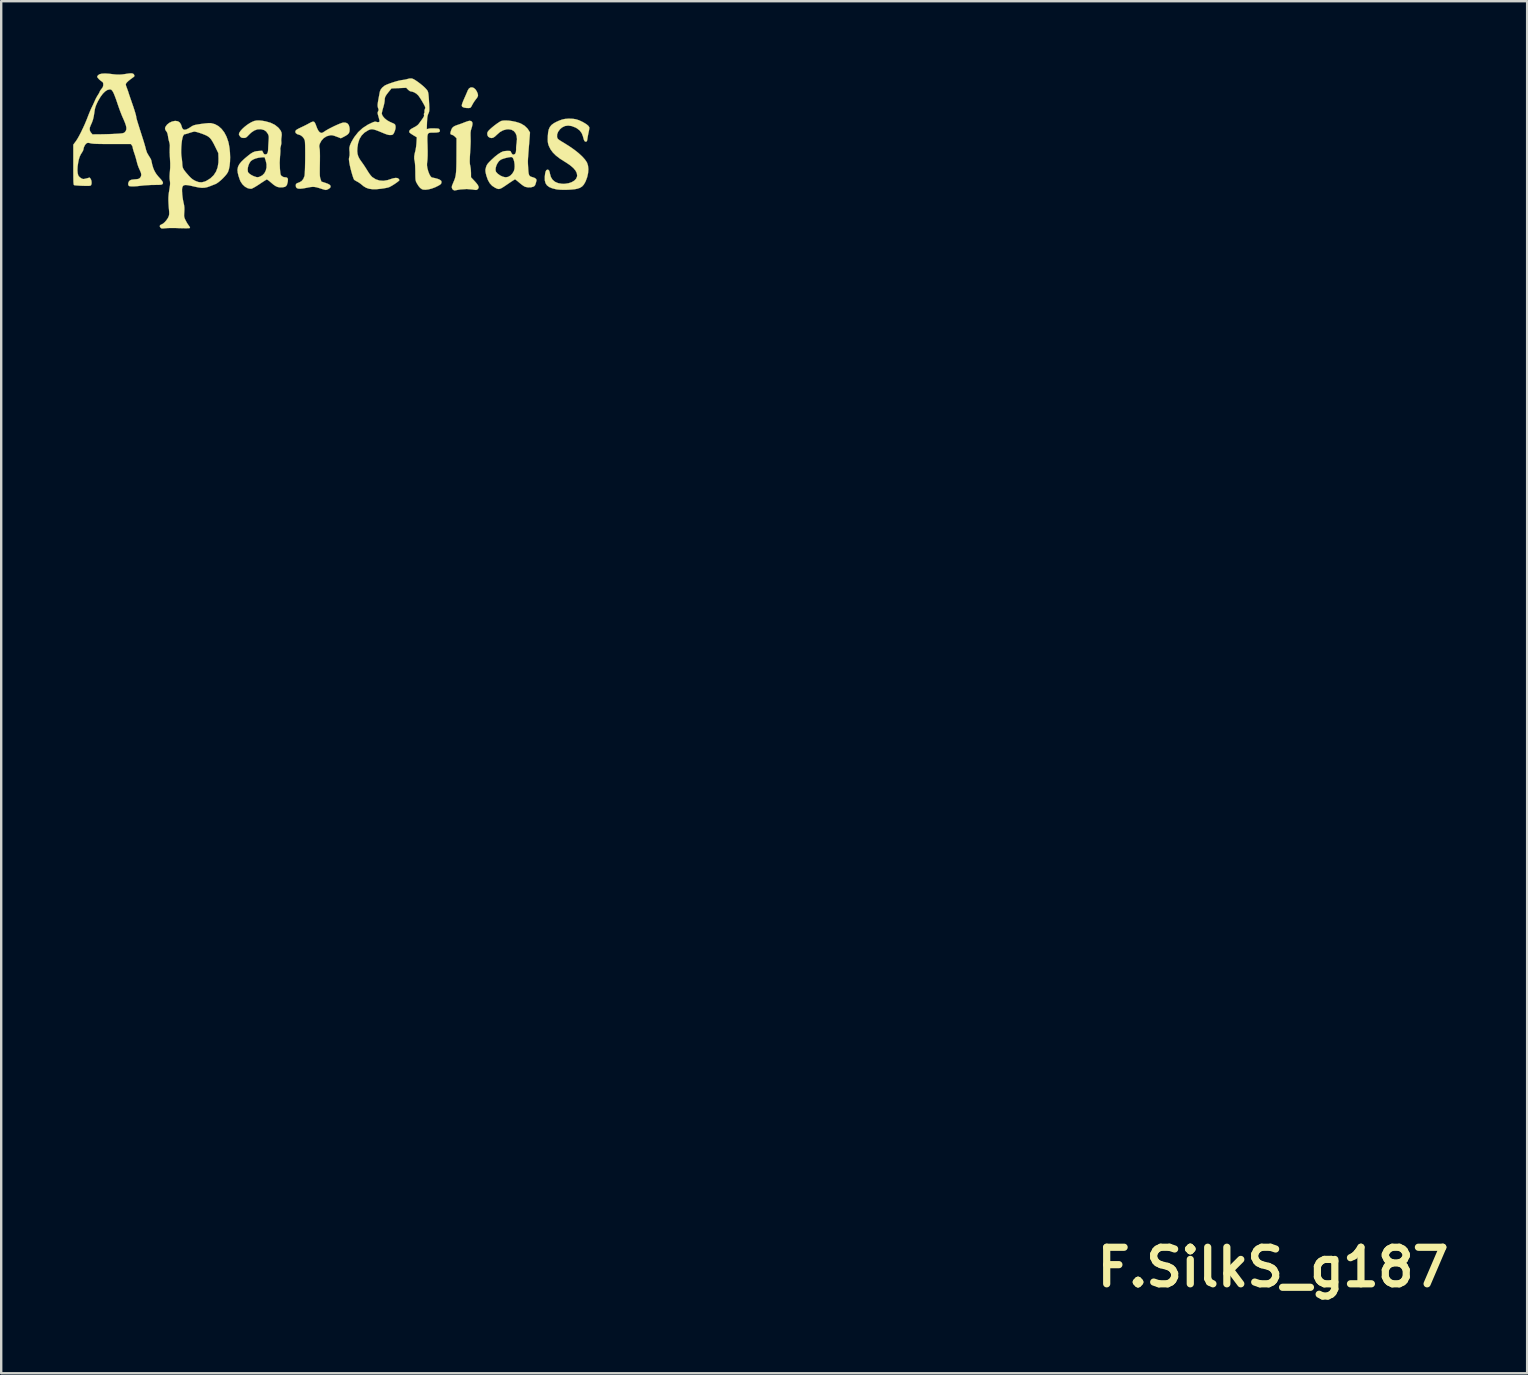
<source format=kicad_pcb>
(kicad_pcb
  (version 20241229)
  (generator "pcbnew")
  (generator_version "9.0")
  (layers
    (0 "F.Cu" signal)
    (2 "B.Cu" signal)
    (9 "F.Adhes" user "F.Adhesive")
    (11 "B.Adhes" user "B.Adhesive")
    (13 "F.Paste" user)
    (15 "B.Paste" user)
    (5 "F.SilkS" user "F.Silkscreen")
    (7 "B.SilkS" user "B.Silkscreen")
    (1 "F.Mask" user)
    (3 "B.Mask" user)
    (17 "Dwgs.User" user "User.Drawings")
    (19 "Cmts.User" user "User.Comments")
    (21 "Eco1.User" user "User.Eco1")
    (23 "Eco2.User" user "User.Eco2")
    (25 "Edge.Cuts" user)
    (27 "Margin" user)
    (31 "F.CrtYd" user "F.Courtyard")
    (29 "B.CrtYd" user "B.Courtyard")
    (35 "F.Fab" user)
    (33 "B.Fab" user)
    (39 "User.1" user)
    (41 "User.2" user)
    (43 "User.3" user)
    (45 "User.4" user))
  (footprint "F.SilkS_g187"
    (layer "F.Cu")
    (at 50.001 49.762)
    (property "Reference" "F.SilkS_g187" (at 0 0 0) (layer "F.SilkS") (effects (font (size 1.524 1.524) (thickness 0.3))))
    (attr through_hole)
    (fp_poly (pts (xy -33.302 -49.144) (xy -33.234 -49.084) (xy -33.177 -48.994) (xy -33.141 -48.905) (xy -33.13 -48.837) (xy -33.147 -48.776) (xy -33.192 -48.708) (xy -33.213 -48.683) (xy -33.271 -48.606) (xy -33.331 -48.513) (xy -33.368 -48.446) (xy -33.405 -48.377) (xy -33.432 -48.337) (xy -33.461 -48.317) (xy -33.5 -48.311) (xy -33.53 -48.309) (xy -33.61 -48.312) (xy -33.69 -48.324) (xy -33.703 -48.327) (xy -33.756 -48.345) (xy -33.791 -48.368) (xy -33.806 -48.402) (xy -33.801 -48.453) (xy -33.778 -48.528) (xy -33.736 -48.631) (xy -33.708 -48.695) (xy -33.661 -48.801) (xy -33.618 -48.9) (xy -33.582 -48.983) (xy -33.559 -49.039) (xy -33.557 -49.045) (xy -33.509 -49.122) (xy -33.446 -49.164) (xy -33.375 -49.171) (xy -33.302 -49.144)) (stroke (width 0.01) (type solid)) (fill yes) (layer "F.SilkS"))
    (fp_poly (pts (xy -33.412 -47.765) (xy -33.372 -47.723) (xy -33.36 -47.65) (xy -33.378 -47.546) (xy -33.403 -47.464) (xy -33.43 -47.373) (xy -33.442 -47.279) (xy -33.442 -47.17) (xy -33.44 -47.077) (xy -33.438 -46.999) (xy -33.437 -46.929) (xy -33.439 -46.856) (xy -33.442 -46.773) (xy -33.447 -46.671) (xy -33.454 -46.541) (xy -33.46 -46.44) (xy -33.469 -46.289) (xy -33.473 -46.173) (xy -33.475 -46.084) (xy -33.472 -46.014) (xy -33.466 -45.957) (xy -33.455 -45.905) (xy -33.454 -45.9) (xy -33.439 -45.814) (xy -33.428 -45.708) (xy -33.423 -45.604) (xy -33.423 -45.599) (xy -33.422 -45.424) (xy -33.288 -45.281) (xy -33.198 -45.181) (xy -33.139 -45.102) (xy -33.109 -45.04) (xy -33.105 -44.99) (xy -33.127 -44.947) (xy -33.148 -44.925) (xy -33.175 -44.905) (xy -33.205 -44.897) (xy -33.252 -44.898) (xy -33.326 -44.909) (xy -33.339 -44.912) (xy -33.597 -44.935) (xy -33.865 -44.917) (xy -33.941 -44.905) (xy -34.019 -44.891) (xy -34.078 -44.88) (xy -34.108 -44.875) (xy -34.11 -44.875) (xy -34.127 -44.883) (xy -34.157 -44.895) (xy -34.2 -44.933) (xy -34.222 -44.994) (xy -34.217 -45.064) (xy -34.21 -45.083) (xy -34.19 -45.131) (xy -34.161 -45.202) (xy -34.132 -45.27) (xy -34.106 -45.335) (xy -34.085 -45.4) (xy -34.068 -45.468) (xy -34.055 -45.545) (xy -34.045 -45.637) (xy -34.038 -45.748) (xy -34.033 -45.883) (xy -34.03 -46.048) (xy -34.029 -46.248) (xy -34.028 -46.348) (xy -34.025 -47.05) (xy -34.087 -47.114) (xy -34.141 -47.159) (xy -34.197 -47.189) (xy -34.208 -47.192) (xy -34.256 -47.207) (xy -34.279 -47.232) (xy -34.28 -47.276) (xy -34.262 -47.349) (xy -34.26 -47.356) (xy -34.226 -47.446) (xy -34.177 -47.511) (xy -34.105 -47.559) (xy -34.001 -47.6) (xy -33.991 -47.603) (xy -33.898 -47.634) (xy -33.791 -47.673) (xy -33.695 -47.711) (xy -33.613 -47.742) (xy -33.539 -47.766) (xy -33.487 -47.777) (xy -33.481 -47.778) (xy -33.412 -47.765)) (stroke (width 0.01) (type solid)) (fill yes) (layer "F.SilkS"))
    (fp_poly (pts (xy -29.171 -47.861) (xy -29.044 -47.84) (xy -28.921 -47.8) (xy -28.785 -47.737) (xy -28.744 -47.715) (xy -28.621 -47.641) (xy -28.538 -47.574) (xy -28.496 -47.514) (xy -28.49 -47.485) (xy -28.495 -47.44) (xy -28.507 -47.37) (xy -28.523 -47.295) (xy -28.543 -47.199) (xy -28.561 -47.098) (xy -28.571 -47.035) (xy -28.582 -46.965) (xy -28.596 -46.928) (xy -28.619 -46.912) (xy -28.632 -46.909) (xy -28.666 -46.913) (xy -28.694 -46.938) (xy -28.719 -46.991) (xy -28.744 -47.077) (xy -28.753 -47.116) (xy -28.805 -47.256) (xy -28.889 -47.372) (xy -29.009 -47.465) (xy -29.069 -47.498) (xy -29.228 -47.559) (xy -29.374 -47.579) (xy -29.508 -47.56) (xy -29.628 -47.501) (xy -29.714 -47.426) (xy -29.792 -47.32) (xy -29.834 -47.212) (xy -29.836 -47.11) (xy -29.836 -47.108) (xy -29.827 -47.07) (xy -29.811 -47.038) (xy -29.782 -47.007) (xy -29.734 -46.971) (xy -29.662 -46.924) (xy -29.559 -46.863) (xy -29.328 -46.718) (xy -29.121 -46.574) (xy -28.941 -46.432) (xy -28.791 -46.294) (xy -28.674 -46.165) (xy -28.594 -46.046) (xy -28.586 -46.031) (xy -28.546 -45.907) (xy -28.532 -45.76) (xy -28.544 -45.598) (xy -28.581 -45.429) (xy -28.643 -45.263) (xy -28.656 -45.234) (xy -28.722 -45.119) (xy -28.795 -45.039) (xy -28.886 -44.983) (xy -28.991 -44.948) (xy -29.098 -44.927) (xy -29.235 -44.913) (xy -29.388 -44.904) (xy -29.546 -44.901) (xy -29.695 -44.905) (xy -29.823 -44.916) (xy -29.877 -44.925) (xy -30.041 -44.966) (xy -30.167 -45.02) (xy -30.258 -45.09) (xy -30.316 -45.18) (xy -30.346 -45.292) (xy -30.348 -45.43) (xy -30.347 -45.451) (xy -30.333 -45.577) (xy -30.312 -45.665) (xy -30.284 -45.718) (xy -30.247 -45.74) (xy -30.235 -45.741) (xy -30.193 -45.731) (xy -30.163 -45.694) (xy -30.142 -45.626) (xy -30.133 -45.575) (xy -30.093 -45.434) (xy -30.022 -45.32) (xy -29.921 -45.235) (xy -29.79 -45.179) (xy -29.633 -45.153) (xy -29.501 -45.154) (xy -29.351 -45.177) (xy -29.222 -45.222) (xy -29.118 -45.284) (xy -29.043 -45.362) (xy -29.004 -45.452) (xy -28.998 -45.502) (xy -29.016 -45.605) (xy -29.071 -45.71) (xy -29.165 -45.818) (xy -29.297 -45.929) (xy -29.47 -46.046) (xy -29.525 -46.079) (xy -29.725 -46.207) (xy -29.887 -46.333) (xy -30.014 -46.46) (xy -30.11 -46.592) (xy -30.179 -46.733) (xy -30.194 -46.776) (xy -30.212 -46.842) (xy -30.222 -46.913) (xy -30.225 -47.003) (xy -30.222 -47.122) (xy -30.222 -47.126) (xy -30.209 -47.289) (xy -30.182 -47.418) (xy -30.135 -47.521) (xy -30.066 -47.605) (xy -29.97 -47.676) (xy -29.877 -47.727) (xy -29.738 -47.79) (xy -29.618 -47.832) (xy -29.504 -47.856) (xy -29.38 -47.866) (xy -29.316 -47.867) (xy -29.171 -47.861)) (stroke (width 0.01) (type solid)) (fill yes) (layer "F.SilkS"))
    (fp_poly (pts (xy -39.965 -47.738) (xy -39.93 -47.699) (xy -39.896 -47.627) (xy -39.877 -47.575) (xy -39.829 -47.451) (xy -39.783 -47.365) (xy -39.736 -47.309) (xy -39.684 -47.278) (xy -39.647 -47.272) (xy -39.606 -47.284) (xy -39.549 -47.319) (xy -39.527 -47.334) (xy -39.452 -47.382) (xy -39.354 -47.438) (xy -39.24 -47.497) (xy -39.121 -47.556) (xy -39.003 -47.61) (xy -38.896 -47.655) (xy -38.808 -47.688) (xy -38.748 -47.704) (xy -38.744 -47.705) (xy -38.641 -47.7) (xy -38.564 -47.662) (xy -38.512 -47.59) (xy -38.485 -47.483) (xy -38.481 -47.408) (xy -38.488 -47.328) (xy -38.512 -47.265) (xy -38.561 -47.21) (xy -38.64 -47.157) (xy -38.714 -47.117) (xy -38.847 -47.05) (xy -39.024 -47.118) (xy -39.12 -47.153) (xy -39.19 -47.172) (xy -39.249 -47.177) (xy -39.296 -47.173) (xy -39.437 -47.134) (xy -39.559 -47.058) (xy -39.657 -46.95) (xy -39.723 -46.825) (xy -39.744 -46.756) (xy -39.746 -46.694) (xy -39.734 -46.631) (xy -39.725 -46.565) (xy -39.72 -46.458) (xy -39.718 -46.308) (xy -39.719 -46.118) (xy -39.721 -45.992) (xy -39.724 -45.824) (xy -39.725 -45.692) (xy -39.725 -45.59) (xy -39.723 -45.514) (xy -39.718 -45.456) (xy -39.711 -45.41) (xy -39.701 -45.372) (xy -39.694 -45.35) (xy -39.656 -45.244) (xy -39.489 -45.19) (xy -39.379 -45.149) (xy -39.309 -45.108) (xy -39.276 -45.065) (xy -39.278 -45.017) (xy -39.285 -45) (xy -39.323 -44.961) (xy -39.382 -44.925) (xy -39.446 -44.9) (xy -39.48 -44.896) (xy -39.514 -44.903) (xy -39.573 -44.919) (xy -39.635 -44.938) (xy -39.762 -44.979) (xy -39.862 -45.007) (xy -39.944 -45.022) (xy -40.021 -45.025) (xy -40.103 -45.018) (xy -40.202 -45) (xy -40.267 -44.987) (xy -40.421 -44.959) (xy -40.539 -44.947) (xy -40.625 -44.952) (xy -40.682 -44.974) (xy -40.714 -45.014) (xy -40.725 -45.073) (xy -40.725 -45.076) (xy -40.721 -45.122) (xy -40.705 -45.153) (xy -40.667 -45.178) (xy -40.599 -45.204) (xy -40.577 -45.212) (xy -40.484 -45.264) (xy -40.413 -45.35) (xy -40.363 -45.471) (xy -40.362 -45.474) (xy -40.355 -45.52) (xy -40.349 -45.602) (xy -40.343 -45.713) (xy -40.339 -45.846) (xy -40.336 -45.995) (xy -40.333 -46.153) (xy -40.332 -46.314) (xy -40.332 -46.471) (xy -40.333 -46.617) (xy -40.335 -46.746) (xy -40.339 -46.851) (xy -40.344 -46.925) (xy -40.348 -46.957) (xy -40.383 -47.037) (xy -40.442 -47.111) (xy -40.512 -47.168) (xy -40.568 -47.191) (xy -40.665 -47.222) (xy -40.724 -47.266) (xy -40.742 -47.309) (xy -40.74 -47.345) (xy -40.724 -47.376) (xy -40.687 -47.408) (xy -40.624 -47.445) (xy -40.528 -47.492) (xy -40.492 -47.509) (xy -40.389 -47.558) (xy -40.279 -47.613) (xy -40.184 -47.664) (xy -40.167 -47.673) (xy -40.076 -47.722) (xy -40.011 -47.744) (xy -39.965 -47.738)) (stroke (width 0.01) (type solid)) (fill yes) (layer "F.SilkS"))
    (fp_poly (pts (xy -42.132 -47.781) (xy -41.98 -47.754) (xy -41.773 -47.695) (xy -41.599 -47.61) (xy -41.459 -47.499) (xy -41.433 -47.471) (xy -41.359 -47.376) (xy -41.319 -47.286) (xy -41.31 -47.189) (xy -41.32 -47.101) (xy -41.33 -47.02) (xy -41.332 -46.944) (xy -41.328 -46.911) (xy -41.327 -46.839) (xy -41.342 -46.75) (xy -41.349 -46.724) (xy -41.365 -46.657) (xy -41.372 -46.605) (xy -41.369 -46.586) (xy -41.366 -46.558) (xy -41.367 -46.496) (xy -41.372 -46.411) (xy -41.38 -46.31) (xy -41.381 -46.306) (xy -41.395 -46.029) (xy -41.386 -45.785) (xy -41.377 -45.675) (xy -41.369 -45.599) (xy -41.359 -45.548) (xy -41.346 -45.514) (xy -41.327 -45.49) (xy -41.309 -45.473) (xy -41.231 -45.431) (xy -41.169 -45.424) (xy -41.104 -45.415) (xy -41.066 -45.387) (xy -41.052 -45.333) (xy -41.058 -45.248) (xy -41.065 -45.213) (xy -41.09 -45.119) (xy -41.126 -45.059) (xy -41.182 -45.024) (xy -41.268 -45.007) (xy -41.307 -45.004) (xy -41.403 -45.005) (xy -41.488 -45.022) (xy -41.572 -45.061) (xy -41.665 -45.126) (xy -41.768 -45.214) (xy -41.833 -45.27) (xy -41.89 -45.311) (xy -41.928 -45.332) (xy -41.937 -45.333) (xy -41.963 -45.318) (xy -42.018 -45.284) (xy -42.094 -45.235) (xy -42.185 -45.175) (xy -42.239 -45.138) (xy -42.338 -45.074) (xy -42.43 -45.018) (xy -42.507 -44.976) (xy -42.561 -44.951) (xy -42.577 -44.946) (xy -42.636 -44.949) (xy -42.709 -44.964) (xy -42.734 -44.972) (xy -42.842 -45.032) (xy -42.941 -45.124) (xy -43.02 -45.238) (xy -43.052 -45.309) (xy -43.111 -45.481) (xy -43.145 -45.625) (xy -43.151 -45.721) (xy -42.73 -45.721) (xy -42.717 -45.646) (xy -42.707 -45.626) (xy -42.652 -45.569) (xy -42.568 -45.513) (xy -42.47 -45.466) (xy -42.371 -45.434) (xy -42.321 -45.426) (xy -42.286 -45.431) (xy -42.233 -45.445) (xy -42.225 -45.448) (xy -42.118 -45.505) (xy -42.033 -45.592) (xy -41.975 -45.703) (xy -41.944 -45.832) (xy -41.944 -45.973) (xy -41.977 -46.118) (xy -41.978 -46.122) (xy -42.026 -46.26) (xy -42.143 -46.255) (xy -42.278 -46.239) (xy -42.405 -46.206) (xy -42.514 -46.159) (xy -42.594 -46.103) (xy -42.605 -46.091) (xy -42.658 -46.012) (xy -42.699 -45.916) (xy -42.724 -45.815) (xy -42.73 -45.721) (xy -43.151 -45.721) (xy -43.153 -45.749) (xy -43.132 -45.859) (xy -43.081 -45.963) (xy -42.997 -46.069) (xy -42.878 -46.184) (xy -42.804 -46.248) (xy -42.689 -46.342) (xy -42.597 -46.412) (xy -42.518 -46.46) (xy -42.446 -46.491) (xy -42.372 -46.509) (xy -42.288 -46.519) (xy -42.276 -46.52) (xy -42.124 -46.53) (xy -42.087 -46.453) (xy -42.055 -46.4) (xy -42.019 -46.379) (xy -41.991 -46.376) (xy -41.939 -46.39) (xy -41.903 -46.434) (xy -41.882 -46.512) (xy -41.876 -46.598) (xy -41.873 -46.678) (xy -41.867 -46.782) (xy -41.86 -46.892) (xy -41.857 -46.937) (xy -41.851 -47.036) (xy -41.85 -47.104) (xy -41.856 -47.153) (xy -41.87 -47.195) (xy -41.893 -47.241) (xy -41.894 -47.244) (xy -41.959 -47.333) (xy -42.044 -47.392) (xy -42.157 -47.423) (xy -42.192 -47.428) (xy -42.325 -47.421) (xy -42.455 -47.373) (xy -42.585 -47.284) (xy -42.678 -47.195) (xy -42.739 -47.131) (xy -42.783 -47.092) (xy -42.82 -47.072) (xy -42.86 -47.065) (xy -42.896 -47.064) (xy -42.965 -47.069) (xy -43.011 -47.091) (xy -43.044 -47.123) (xy -43.078 -47.173) (xy -43.095 -47.216) (xy -43.095 -47.221) (xy -43.078 -47.28) (xy -43.029 -47.354) (xy -42.956 -47.436) (xy -42.863 -47.522) (xy -42.758 -47.605) (xy -42.646 -47.679) (xy -42.555 -47.729) (xy -42.462 -47.768) (xy -42.366 -47.789) (xy -42.259 -47.793) (xy -42.132 -47.781)) (stroke (width 0.01) (type solid)) (fill yes) (layer "F.SilkS"))
    (fp_poly (pts (xy -31.866 -47.786) (xy -31.708 -47.765) (xy -31.547 -47.731) (xy -31.402 -47.686) (xy -31.339 -47.66) (xy -31.193 -47.574) (xy -31.075 -47.462) (xy -31.018 -47.38) (xy -30.964 -47.289) (xy -30.988 -46.986) (xy -30.998 -46.85) (xy -31.01 -46.704) (xy -31.021 -46.565) (xy -31.03 -46.451) (xy -31.03 -46.45) (xy -31.04 -46.319) (xy -31.047 -46.218) (xy -31.051 -46.137) (xy -31.052 -46.064) (xy -31.05 -45.986) (xy -31.045 -45.893) (xy -31.04 -45.797) (xy -31.031 -45.672) (xy -31.02 -45.582) (xy -31.002 -45.52) (xy -30.975 -45.479) (xy -30.934 -45.452) (xy -30.876 -45.433) (xy -30.85 -45.426) (xy -30.767 -45.395) (xy -30.712 -45.355) (xy -30.692 -45.31) (xy -30.697 -45.276) (xy -30.712 -45.217) (xy -30.725 -45.172) (xy -30.749 -45.102) (xy -30.778 -45.061) (xy -30.82 -45.035) (xy -30.83 -45.03) (xy -30.93 -45.005) (xy -31.044 -45.003) (xy -31.15 -45.023) (xy -31.195 -45.041) (xy -31.247 -45.073) (xy -31.318 -45.125) (xy -31.395 -45.187) (xy -31.422 -45.21) (xy -31.488 -45.266) (xy -31.544 -45.31) (xy -31.579 -45.335) (xy -31.587 -45.339) (xy -31.61 -45.328) (xy -31.661 -45.296) (xy -31.733 -45.249) (xy -31.82 -45.191) (xy -31.859 -45.164) (xy -31.984 -45.079) (xy -32.08 -45.015) (xy -32.154 -44.971) (xy -32.212 -44.946) (xy -32.261 -44.936) (xy -32.305 -44.941) (xy -32.353 -44.958) (xy -32.41 -44.985) (xy -32.423 -44.992) (xy -32.542 -45.069) (xy -32.64 -45.175) (xy -32.718 -45.312) (xy -32.779 -45.483) (xy -32.81 -45.608) (xy -32.821 -45.687) (xy -32.819 -45.729) (xy -32.401 -45.729) (xy -32.383 -45.656) (xy -32.378 -45.648) (xy -32.306 -45.569) (xy -32.209 -45.5) (xy -32.099 -45.449) (xy -31.994 -45.425) (xy -31.977 -45.425) (xy -31.915 -45.432) (xy -31.849 -45.452) (xy -31.849 -45.453) (xy -31.77 -45.504) (xy -31.696 -45.584) (xy -31.639 -45.68) (xy -31.633 -45.693) (xy -31.611 -45.773) (xy -31.603 -45.869) (xy -31.607 -45.971) (xy -31.621 -46.071) (xy -31.645 -46.159) (xy -31.676 -46.226) (xy -31.713 -46.263) (xy -31.725 -46.267) (xy -31.786 -46.266) (xy -31.872 -46.252) (xy -31.971 -46.23) (xy -32.068 -46.202) (xy -32.149 -46.172) (xy -32.186 -46.154) (xy -32.257 -46.095) (xy -32.317 -46.013) (xy -32.364 -45.918) (xy -32.393 -45.819) (xy -32.401 -45.729) (xy -32.819 -45.729) (xy -32.818 -45.756) (xy -32.798 -45.84) (xy -32.797 -45.841) (xy -32.779 -45.898) (xy -32.754 -45.947) (xy -32.718 -45.998) (xy -32.663 -46.059) (xy -32.583 -46.138) (xy -32.579 -46.143) (xy -32.43 -46.28) (xy -32.293 -46.387) (xy -32.172 -46.464) (xy -32.091 -46.5) (xy -32.038 -46.512) (xy -31.969 -46.52) (xy -31.896 -46.524) (xy -31.831 -46.523) (xy -31.785 -46.517) (xy -31.771 -46.508) (xy -31.761 -46.481) (xy -31.736 -46.435) (xy -31.731 -46.426) (xy -31.696 -46.381) (xy -31.659 -46.368) (xy -31.637 -46.37) (xy -31.584 -46.401) (xy -31.552 -46.467) (xy -31.542 -46.568) (xy -31.542 -46.598) (xy -31.541 -46.675) (xy -31.532 -46.772) (xy -31.52 -46.857) (xy -31.506 -47.018) (xy -31.522 -47.155) (xy -31.568 -47.268) (xy -31.64 -47.352) (xy -31.737 -47.406) (xy -31.856 -47.426) (xy -31.941 -47.421) (xy -32.085 -47.382) (xy -32.219 -47.307) (xy -32.343 -47.198) (xy -32.428 -47.119) (xy -32.5 -47.073) (xy -32.567 -47.059) (xy -32.634 -47.073) (xy -32.64 -47.075) (xy -32.705 -47.116) (xy -32.738 -47.178) (xy -32.745 -47.247) (xy -32.739 -47.289) (xy -32.718 -47.33) (xy -32.676 -47.381) (xy -32.622 -47.434) (xy -32.545 -47.502) (xy -32.45 -47.579) (xy -32.354 -47.651) (xy -32.331 -47.667) (xy -32.251 -47.721) (xy -32.193 -47.756) (xy -32.142 -47.776) (xy -32.088 -47.785) (xy -32.015 -47.79) (xy -32.004 -47.791) (xy -31.866 -47.786)) (stroke (width 0.01) (type solid)) (fill yes) (layer "F.SilkS"))
    (fp_poly (pts (xy -45.633 -47.756) (xy -45.556 -47.703) (xy -45.504 -47.615) (xy -45.488 -47.563) (xy -45.458 -47.475) (xy -45.417 -47.422) (xy -45.361 -47.403) (xy -45.287 -47.416) (xy -45.191 -47.463) (xy -45.108 -47.516) (xy -45.057 -47.55) (xy -45.012 -47.574) (xy -44.964 -47.593) (xy -44.903 -47.609) (xy -44.82 -47.624) (xy -44.707 -47.642) (xy -44.671 -47.647) (xy -44.507 -47.668) (xy -44.375 -47.68) (xy -44.279 -47.681) (xy -44.252 -47.679) (xy -44.095 -47.637) (xy -43.949 -47.557) (xy -43.819 -47.442) (xy -43.705 -47.295) (xy -43.612 -47.119) (xy -43.541 -46.916) (xy -43.519 -46.828) (xy -43.487 -46.644) (xy -43.468 -46.452) (xy -43.461 -46.258) (xy -43.466 -46.072) (xy -43.483 -45.902) (xy -43.512 -45.756) (xy -43.551 -45.643) (xy -43.6 -45.565) (xy -43.674 -45.475) (xy -43.763 -45.38) (xy -43.86 -45.29) (xy -43.955 -45.213) (xy -44.039 -45.157) (xy -44.081 -45.138) (xy -44.162 -45.107) (xy -44.255 -45.07) (xy -44.309 -45.049) (xy -44.421 -45.01) (xy -44.528 -44.989) (xy -44.642 -44.985) (xy -44.772 -45) (xy -44.929 -45.032) (xy -44.965 -45.04) (xy -45.115 -45.075) (xy -45.23 -45.096) (xy -45.315 -45.102) (xy -45.376 -45.094) (xy -45.417 -45.071) (xy -45.443 -45.031) (xy -45.458 -44.986) (xy -45.465 -44.923) (xy -45.464 -44.829) (xy -45.457 -44.716) (xy -45.443 -44.594) (xy -45.425 -44.475) (xy -45.403 -44.368) (xy -45.402 -44.365) (xy -45.38 -44.264) (xy -45.369 -44.176) (xy -45.367 -44.084) (xy -45.372 -43.98) (xy -45.378 -43.884) (xy -45.379 -43.816) (xy -45.372 -43.764) (xy -45.356 -43.714) (xy -45.329 -43.653) (xy -45.323 -43.642) (xy -45.279 -43.558) (xy -45.23 -43.476) (xy -45.193 -43.425) (xy -45.156 -43.373) (xy -45.135 -43.332) (xy -45.134 -43.319) (xy -45.142 -43.311) (xy -45.163 -43.305) (xy -45.202 -43.302) (xy -45.263 -43.3) (xy -45.35 -43.3) (xy -45.468 -43.302) (xy -45.621 -43.306) (xy -45.741 -43.31) (xy -45.862 -43.311) (xy -45.985 -43.31) (xy -46.096 -43.306) (xy -46.165 -43.3) (xy -46.248 -43.292) (xy -46.3 -43.292) (xy -46.333 -43.3) (xy -46.357 -43.319) (xy -46.363 -43.325) (xy -46.393 -43.379) (xy -46.382 -43.424) (xy -46.332 -43.456) (xy -46.321 -43.459) (xy -46.26 -43.49) (xy -46.19 -43.55) (xy -46.121 -43.627) (xy -46.061 -43.713) (xy -46.033 -43.767) (xy -46.009 -43.831) (xy -45.999 -43.893) (xy -46 -43.97) (xy -46.003 -44.014) (xy -46.019 -44.196) (xy -46.028 -44.344) (xy -46.033 -44.468) (xy -46.032 -44.576) (xy -46.025 -44.678) (xy -46.013 -44.782) (xy -45.996 -44.887) (xy -45.977 -45.01) (xy -45.965 -45.103) (xy -45.962 -45.174) (xy -45.965 -45.234) (xy -45.972 -45.287) (xy -45.982 -45.372) (xy -45.983 -45.476) (xy -45.975 -45.608) (xy -45.97 -45.659) (xy -45.958 -45.831) (xy -45.957 -46.006) (xy -45.967 -46.202) (xy -45.967 -46.211) (xy -45.974 -46.334) (xy -45.978 -46.448) (xy -45.501 -46.448) (xy -45.494 -46.335) (xy -45.487 -46.28) (xy -45.472 -46.178) (xy -45.461 -46.068) (xy -45.456 -45.995) (xy -45.45 -45.909) (xy -45.438 -45.841) (xy -45.413 -45.78) (xy -45.372 -45.715) (xy -45.31 -45.635) (xy -45.268 -45.586) (xy -45.179 -45.483) (xy -45.106 -45.408) (xy -45.041 -45.352) (xy -44.975 -45.308) (xy -44.899 -45.269) (xy -44.892 -45.265) (xy -44.764 -45.221) (xy -44.644 -45.214) (xy -44.519 -45.245) (xy -44.447 -45.277) (xy -44.279 -45.382) (xy -44.145 -45.511) (xy -44.046 -45.663) (xy -43.98 -45.84) (xy -43.948 -46.043) (xy -43.945 -46.206) (xy -43.953 -46.432) (xy -44.076 -46.685) (xy -44.143 -46.819) (xy -44.2 -46.921) (xy -44.249 -46.998) (xy -44.298 -47.056) (xy -44.35 -47.103) (xy -44.405 -47.141) (xy -44.465 -47.172) (xy -44.55 -47.208) (xy -44.649 -47.246) (xy -44.751 -47.28) (xy -44.845 -47.308) (xy -44.918 -47.325) (xy -44.951 -47.329) (xy -44.989 -47.322) (xy -45.055 -47.305) (xy -45.138 -47.279) (xy -45.175 -47.267) (xy -45.256 -47.241) (xy -45.321 -47.223) (xy -45.361 -47.215) (xy -45.368 -47.216) (xy -45.383 -47.206) (xy -45.408 -47.167) (xy -45.422 -47.141) (xy -45.445 -47.074) (xy -45.466 -46.974) (xy -45.482 -46.851) (xy -45.494 -46.716) (xy -45.5 -46.579) (xy -45.501 -46.448) (xy -45.978 -46.448) (xy -45.979 -46.455) (xy -45.979 -46.562) (xy -45.977 -46.641) (xy -45.976 -46.651) (xy -45.972 -46.763) (xy -45.988 -46.859) (xy -45.999 -46.895) (xy -46.021 -46.978) (xy -46.041 -47.075) (xy -46.049 -47.134) (xy -46.063 -47.212) (xy -46.083 -47.279) (xy -46.101 -47.314) (xy -46.15 -47.383) (xy -46.172 -47.437) (xy -46.17 -47.485) (xy -46.153 -47.529) (xy -46.089 -47.618) (xy -45.996 -47.693) (xy -45.884 -47.746) (xy -45.765 -47.772) (xy -45.733 -47.773) (xy -45.633 -47.756)) (stroke (width 0.01) (type solid)) (fill yes) (layer "F.SilkS"))
    (fp_poly (pts (xy -47.525 -49.749) (xy -47.486 -49.728) (xy -47.461 -49.692) (xy -47.46 -49.69) (xy -47.448 -49.649) (xy -47.463 -49.62) (xy -47.489 -49.599) (xy -47.604 -49.515) (xy -47.697 -49.441) (xy -47.761 -49.38) (xy -47.786 -49.349) (xy -47.804 -49.319) (xy -47.809 -49.289) (xy -47.801 -49.249) (xy -47.779 -49.185) (xy -47.767 -49.153) (xy -47.736 -49.07) (xy -47.708 -48.991) (xy -47.691 -48.937) (xy -47.677 -48.891) (xy -47.651 -48.815) (xy -47.618 -48.717) (xy -47.579 -48.606) (xy -47.562 -48.556) (xy -47.503 -48.386) (xy -47.453 -48.235) (xy -47.414 -48.107) (xy -47.386 -48.007) (xy -47.373 -47.94) (xy -47.371 -47.921) (xy -47.368 -47.899) (xy -47.357 -47.858) (xy -47.339 -47.793) (xy -47.312 -47.703) (xy -47.275 -47.585) (xy -47.228 -47.434) (xy -47.169 -47.25) (xy -47.098 -47.028) (xy -47.096 -47.022) (xy -47.058 -46.901) (xy -47.023 -46.784) (xy -46.994 -46.681) (xy -46.974 -46.602) (xy -46.969 -46.58) (xy -46.925 -46.449) (xy -46.85 -46.319) (xy -46.804 -46.248) (xy -46.768 -46.184) (xy -46.749 -46.141) (xy -46.748 -46.137) (xy -46.709 -45.957) (xy -46.666 -45.81) (xy -46.613 -45.687) (xy -46.548 -45.576) (xy -46.465 -45.469) (xy -46.416 -45.415) (xy -46.336 -45.326) (xy -46.286 -45.259) (xy -46.262 -45.209) (xy -46.261 -45.171) (xy -46.282 -45.14) (xy -46.303 -45.126) (xy -46.338 -45.116) (xy -46.395 -45.11) (xy -46.479 -45.107) (xy -46.598 -45.106) (xy -46.606 -45.106) (xy -46.744 -45.104) (xy -46.896 -45.096) (xy -47.042 -45.086) (xy -47.15 -45.075) (xy -47.326 -45.055) (xy -47.471 -45.045) (xy -47.581 -45.045) (xy -47.654 -45.054) (xy -47.684 -45.068) (xy -47.708 -45.119) (xy -47.706 -45.184) (xy -47.679 -45.248) (xy -47.657 -45.276) (xy -47.621 -45.302) (xy -47.574 -45.32) (xy -47.506 -45.331) (xy -47.432 -45.338) (xy -47.344 -45.346) (xy -47.287 -45.356) (xy -47.249 -45.373) (xy -47.219 -45.399) (xy -47.21 -45.409) (xy -47.174 -45.467) (xy -47.163 -45.531) (xy -47.177 -45.61) (xy -47.219 -45.711) (xy -47.235 -45.744) (xy -47.278 -45.843) (xy -47.319 -45.959) (xy -47.348 -46.066) (xy -47.375 -46.171) (xy -47.409 -46.292) (xy -47.446 -46.407) (xy -47.453 -46.425) (xy -47.482 -46.513) (xy -47.505 -46.591) (xy -47.518 -46.646) (xy -47.519 -46.661) (xy -47.532 -46.713) (xy -47.56 -46.76) (xy -47.6 -46.81) (xy -48.38 -46.81) (xy -48.598 -46.81) (xy -48.777 -46.812) (xy -48.922 -46.814) (xy -49.038 -46.817) (xy -49.127 -46.821) (xy -49.194 -46.827) (xy -49.244 -46.834) (xy -49.27 -46.84) (xy -49.345 -46.857) (xy -49.397 -46.858) (xy -49.435 -46.846) (xy -49.479 -46.809) (xy -49.522 -46.745) (xy -49.556 -46.672) (xy -49.572 -46.604) (xy -49.572 -46.596) (xy -49.584 -46.551) (xy -49.613 -46.493) (xy -49.625 -46.473) (xy -49.687 -46.375) (xy -49.731 -46.281) (xy -49.764 -46.177) (xy -49.792 -46.047) (xy -49.794 -46.033) (xy -49.817 -45.869) (xy -49.824 -45.722) (xy -49.815 -45.6) (xy -49.791 -45.507) (xy -49.771 -45.472) (xy -49.722 -45.422) (xy -49.66 -45.379) (xy -49.656 -45.377) (xy -49.613 -45.358) (xy -49.576 -45.351) (xy -49.529 -45.357) (xy -49.459 -45.374) (xy -49.449 -45.376) (xy -49.315 -45.412) (xy -49.275 -45.36) (xy -49.248 -45.303) (xy -49.235 -45.23) (xy -49.236 -45.158) (xy -49.253 -45.101) (xy -49.266 -45.085) (xy -49.291 -45.074) (xy -49.339 -45.067) (xy -49.415 -45.065) (xy -49.524 -45.067) (xy -49.61 -45.069) (xy -49.723 -45.074) (xy -49.823 -45.081) (xy -49.902 -45.087) (xy -49.95 -45.094) (xy -49.959 -45.096) (xy -49.968 -45.102) (xy -49.976 -45.115) (xy -49.982 -45.138) (xy -49.986 -45.176) (xy -49.99 -45.233) (xy -49.992 -45.312) (xy -49.994 -45.417) (xy -49.995 -45.552) (xy -49.996 -45.722) (xy -49.996 -45.93) (xy -49.996 -46.784) (xy -49.889 -46.927) (xy -49.827 -47.021) (xy -49.756 -47.146) (xy -49.677 -47.297) (xy -49.628 -47.398) (xy -49.315 -47.398) (xy -49.283 -47.316) (xy -49.257 -47.282) (xy -49.196 -47.212) (xy -48.85 -47.215) (xy -48.701 -47.218) (xy -48.536 -47.222) (xy -48.373 -47.228) (xy -48.231 -47.235) (xy -48.203 -47.237) (xy -48.083 -47.244) (xy -47.998 -47.252) (xy -47.939 -47.26) (xy -47.899 -47.272) (xy -47.871 -47.287) (xy -47.851 -47.304) (xy -47.809 -47.355) (xy -47.787 -47.415) (xy -47.784 -47.488) (xy -47.802 -47.58) (xy -47.842 -47.696) (xy -47.903 -47.842) (xy -47.925 -47.89) (xy -47.968 -47.989) (xy -48.019 -48.117) (xy -48.073 -48.261) (xy -48.125 -48.408) (xy -48.158 -48.506) (xy -48.201 -48.634) (xy -48.245 -48.755) (xy -48.286 -48.86) (xy -48.321 -48.942) (xy -48.345 -48.987) (xy -48.385 -49.046) (xy -48.419 -49.075) (xy -48.459 -49.085) (xy -48.479 -49.086) (xy -48.571 -49.065) (xy -48.667 -49.005) (xy -48.766 -48.907) (xy -48.865 -48.774) (xy -48.962 -48.609) (xy -48.996 -48.541) (xy -49.044 -48.435) (xy -49.077 -48.345) (xy -49.1 -48.251) (xy -49.118 -48.135) (xy -49.119 -48.125) (xy -49.145 -47.961) (xy -49.177 -47.826) (xy -49.22 -47.704) (xy -49.268 -47.599) (xy -49.31 -47.49) (xy -49.315 -47.398) (xy -49.628 -47.398) (xy -49.597 -47.463) (xy -49.517 -47.639) (xy -49.443 -47.815) (xy -49.393 -47.943) (xy -49.349 -48.057) (xy -49.302 -48.171) (xy -49.258 -48.272) (xy -49.224 -48.345) (xy -49.178 -48.438) (xy -49.132 -48.539) (xy -49.101 -48.609) (xy -49.059 -48.701) (xy -49.005 -48.799) (xy -48.972 -48.852) (xy -48.932 -48.915) (xy -48.905 -48.967) (xy -48.895 -48.993) (xy -48.882 -49.022) (xy -48.85 -49.07) (xy -48.821 -49.107) (xy -48.774 -49.171) (xy -48.752 -49.229) (xy -48.747 -49.287) (xy -48.751 -49.348) (xy -48.77 -49.387) (xy -48.815 -49.42) (xy -48.82 -49.424) (xy -48.874 -49.464) (xy -48.929 -49.514) (xy -48.974 -49.565) (xy -48.999 -49.604) (xy -49.001 -49.614) (xy -48.989 -49.642) (xy -48.964 -49.676) (xy -48.904 -49.718) (xy -48.807 -49.742) (xy -48.675 -49.749) (xy -48.51 -49.739) (xy -48.442 -49.731) (xy -48.294 -49.713) (xy -48.174 -49.703) (xy -48.068 -49.702) (xy -47.963 -49.709) (xy -47.845 -49.725) (xy -47.791 -49.734) (xy -47.671 -49.751) (xy -47.584 -49.757) (xy -47.525 -49.749)) (stroke (width 0.01) (type solid)) (fill yes) (layer "F.SilkS"))
    (fp_poly (pts (xy -35.89 -49.542) (xy -35.828 -49.519) (xy -35.744 -49.472) (xy -35.647 -49.406) (xy -35.544 -49.329) (xy -35.443 -49.247) (xy -35.353 -49.166) (xy -35.282 -49.092) (xy -35.236 -49.031) (xy -35.233 -49.026) (xy -35.218 -48.989) (xy -35.205 -48.94) (xy -35.195 -48.872) (xy -35.186 -48.78) (xy -35.177 -48.656) (xy -35.172 -48.566) (xy -35.165 -48.43) (xy -35.161 -48.329) (xy -35.16 -48.255) (xy -35.163 -48.201) (xy -35.169 -48.16) (xy -35.18 -48.124) (xy -35.196 -48.086) (xy -35.199 -48.079) (xy -35.221 -48.025) (xy -35.236 -47.965) (xy -35.246 -47.89) (xy -35.253 -47.789) (xy -35.257 -47.702) (xy -35.266 -47.429) (xy -35.207 -47.444) (xy -35.162 -47.454) (xy -35.116 -47.46) (xy -35.059 -47.462) (xy -34.979 -47.461) (xy -34.909 -47.46) (xy -34.828 -47.456) (xy -34.78 -47.45) (xy -34.752 -47.436) (xy -34.735 -47.411) (xy -34.73 -47.4) (xy -34.718 -47.355) (xy -34.733 -47.323) (xy -34.778 -47.302) (xy -34.858 -47.29) (xy -34.975 -47.286) (xy -34.981 -47.286) (xy -35.064 -47.286) (xy -35.127 -47.282) (xy -35.174 -47.27) (xy -35.207 -47.245) (xy -35.228 -47.201) (xy -35.239 -47.135) (xy -35.242 -47.041) (xy -35.24 -46.915) (xy -35.234 -46.752) (xy -35.234 -46.739) (xy -35.229 -46.512) (xy -35.23 -46.324) (xy -35.237 -46.175) (xy -35.243 -46.111) (xy -35.255 -46.006) (xy -35.257 -45.927) (xy -35.249 -45.854) (xy -35.234 -45.778) (xy -35.2 -45.658) (xy -35.159 -45.555) (xy -35.115 -45.475) (xy -35.071 -45.426) (xy -35.047 -45.415) (xy -34.926 -45.389) (xy -34.838 -45.366) (xy -34.775 -45.345) (xy -34.727 -45.323) (xy -34.716 -45.316) (xy -34.669 -45.281) (xy -34.653 -45.243) (xy -34.654 -45.208) (xy -34.663 -45.169) (xy -34.687 -45.136) (xy -34.734 -45.102) (xy -34.787 -45.071) (xy -34.924 -45.004) (xy -35.064 -44.953) (xy -35.198 -44.919) (xy -35.32 -44.905) (xy -35.419 -44.911) (xy -35.469 -44.928) (xy -35.544 -44.983) (xy -35.617 -45.071) (xy -35.689 -45.191) (xy -35.708 -45.229) (xy -35.721 -45.266) (xy -35.731 -45.31) (xy -35.737 -45.369) (xy -35.74 -45.451) (xy -35.742 -45.562) (xy -35.742 -45.646) (xy -35.745 -45.772) (xy -35.749 -45.889) (xy -35.756 -45.989) (xy -35.763 -46.062) (xy -35.769 -46.09) (xy -35.789 -46.194) (xy -35.788 -46.3) (xy -35.767 -46.423) (xy -35.75 -46.488) (xy -35.729 -46.578) (xy -35.711 -46.692) (xy -35.698 -46.811) (xy -35.694 -46.866) (xy -35.681 -47.09) (xy -35.83 -47.179) (xy -35.901 -47.224) (xy -35.957 -47.264) (xy -35.989 -47.293) (xy -35.992 -47.298) (xy -35.996 -47.348) (xy -35.967 -47.397) (xy -35.902 -47.447) (xy -35.812 -47.496) (xy -35.707 -47.554) (xy -35.633 -47.612) (xy -35.592 -47.659) (xy -35.513 -47.768) (xy -35.455 -47.848) (xy -35.417 -47.905) (xy -35.393 -47.945) (xy -35.381 -47.973) (xy -35.378 -47.994) (xy -35.381 -48.016) (xy -35.383 -48.025) (xy -35.384 -48.074) (xy -35.372 -48.1) (xy -35.358 -48.129) (xy -35.361 -48.164) (xy -35.36 -48.219) (xy -35.343 -48.272) (xy -35.331 -48.299) (xy -35.328 -48.326) (xy -35.336 -48.36) (xy -35.359 -48.41) (xy -35.399 -48.485) (xy -35.431 -48.541) (xy -35.486 -48.636) (xy -35.543 -48.726) (xy -35.594 -48.8) (xy -35.622 -48.837) (xy -35.701 -48.91) (xy -35.794 -48.966) (xy -35.885 -48.997) (xy -35.921 -49) (xy -35.977 -49.019) (xy -36.042 -49.071) (xy -36.048 -49.077) (xy -36.121 -49.154) (xy -36.428 -49.14) (xy -36.735 -49.127) (xy -36.788 -49.064) (xy -36.875 -48.958) (xy -36.938 -48.876) (xy -36.98 -48.81) (xy -37.005 -48.753) (xy -37.017 -48.696) (xy -37.02 -48.634) (xy -37.02 -48.633) (xy -37.027 -48.567) (xy -37.044 -48.476) (xy -37.069 -48.375) (xy -37.086 -48.318) (xy -37.112 -48.225) (xy -37.131 -48.143) (xy -37.14 -48.083) (xy -37.139 -48.06) (xy -37.099 -47.972) (xy -37.025 -47.884) (xy -36.926 -47.803) (xy -36.825 -47.744) (xy -36.747 -47.708) (xy -36.681 -47.679) (xy -36.639 -47.661) (xy -36.634 -47.659) (xy -36.59 -47.625) (xy -36.568 -47.561) (xy -36.567 -47.477) (xy -36.589 -47.379) (xy -36.627 -47.285) (xy -36.659 -47.228) (xy -36.689 -47.2) (xy -36.733 -47.188) (xy -36.773 -47.185) (xy -36.822 -47.185) (xy -36.876 -47.194) (xy -36.944 -47.214) (xy -37.034 -47.248) (xy -37.142 -47.293) (xy -37.282 -47.351) (xy -37.39 -47.391) (xy -37.475 -47.416) (xy -37.543 -47.426) (xy -37.602 -47.422) (xy -37.658 -47.405) (xy -37.704 -47.385) (xy -37.861 -47.287) (xy -37.984 -47.163) (xy -38.073 -47.014) (xy -38.128 -46.841) (xy -38.132 -46.819) (xy -38.157 -46.652) (xy -38.164 -46.514) (xy -38.151 -46.395) (xy -38.117 -46.287) (xy -38.06 -46.177) (xy -37.978 -46.06) (xy -37.912 -45.968) (xy -37.837 -45.856) (xy -37.767 -45.745) (xy -37.74 -45.701) (xy -37.672 -45.594) (xy -37.604 -45.503) (xy -37.545 -45.438) (xy -37.535 -45.43) (xy -37.393 -45.34) (xy -37.238 -45.289) (xy -37.071 -45.277) (xy -36.897 -45.306) (xy -36.819 -45.332) (xy -36.678 -45.378) (xy -36.569 -45.398) (xy -36.49 -45.392) (xy -36.448 -45.37) (xy -36.417 -45.331) (xy -36.407 -45.303) (xy -36.424 -45.281) (xy -36.469 -45.242) (xy -36.534 -45.194) (xy -36.611 -45.141) (xy -36.692 -45.09) (xy -36.768 -45.046) (xy -36.831 -45.014) (xy -36.838 -45.011) (xy -36.888 -44.996) (xy -36.968 -44.979) (xy -37.068 -44.961) (xy -37.171 -44.946) (xy -37.368 -44.927) (xy -37.532 -44.927) (xy -37.671 -44.946) (xy -37.79 -44.986) (xy -37.896 -45.049) (xy -37.964 -45.105) (xy -38.038 -45.164) (xy -38.124 -45.222) (xy -38.167 -45.245) (xy -38.23 -45.28) (xy -38.278 -45.31) (xy -38.296 -45.326) (xy -38.316 -45.369) (xy -38.343 -45.444) (xy -38.374 -45.542) (xy -38.406 -45.654) (xy -38.437 -45.771) (xy -38.463 -45.883) (xy -38.479 -45.958) (xy -38.499 -46.074) (xy -38.509 -46.157) (xy -38.508 -46.213) (xy -38.502 -46.24) (xy -38.481 -46.34) (xy -38.481 -46.473) (xy -38.49 -46.558) (xy -38.491 -46.653) (xy -38.465 -46.759) (xy -38.413 -46.882) (xy -38.331 -47.026) (xy -38.277 -47.11) (xy -38.123 -47.305) (xy -37.937 -47.475) (xy -37.721 -47.616) (xy -37.551 -47.698) (xy -37.474 -47.729) (xy -37.422 -47.742) (xy -37.384 -47.739) (xy -37.364 -47.732) (xy -37.307 -47.718) (xy -37.259 -47.727) (xy -37.233 -47.755) (xy -37.232 -47.764) (xy -37.238 -47.799) (xy -37.253 -47.861) (xy -37.275 -47.939) (xy -37.279 -47.955) (xy -37.302 -48.037) (xy -37.313 -48.091) (xy -37.312 -48.127) (xy -37.301 -48.159) (xy -37.294 -48.172) (xy -37.273 -48.221) (xy -37.278 -48.267) (xy -37.288 -48.292) (xy -37.305 -48.343) (xy -37.313 -48.399) (xy -37.312 -48.468) (xy -37.3 -48.56) (xy -37.279 -48.684) (xy -37.277 -48.694) (xy -37.258 -48.794) (xy -37.241 -48.887) (xy -37.227 -48.959) (xy -37.223 -48.985) (xy -37.189 -49.073) (xy -37.125 -49.158) (xy -37.038 -49.231) (xy -36.994 -49.258) (xy -36.904 -49.298) (xy -36.789 -49.341) (xy -36.662 -49.384) (xy -36.533 -49.423) (xy -36.416 -49.453) (xy -36.321 -49.472) (xy -36.298 -49.475) (xy -36.206 -49.488) (xy -36.114 -49.507) (xy -36.06 -49.522) (xy -35.97 -49.543) (xy -35.892 -49.543) (xy -35.89 -49.542)) (stroke (width 0.01) (type solid)) (fill yes) (layer "F.SilkS")))
  (gr_rect
    (start -3 -3)
    (end 60.592 54.18)
    (stroke (width 0.1) (type default))
    (fill no)
    (layer "Edge.Cuts")))
</source>
